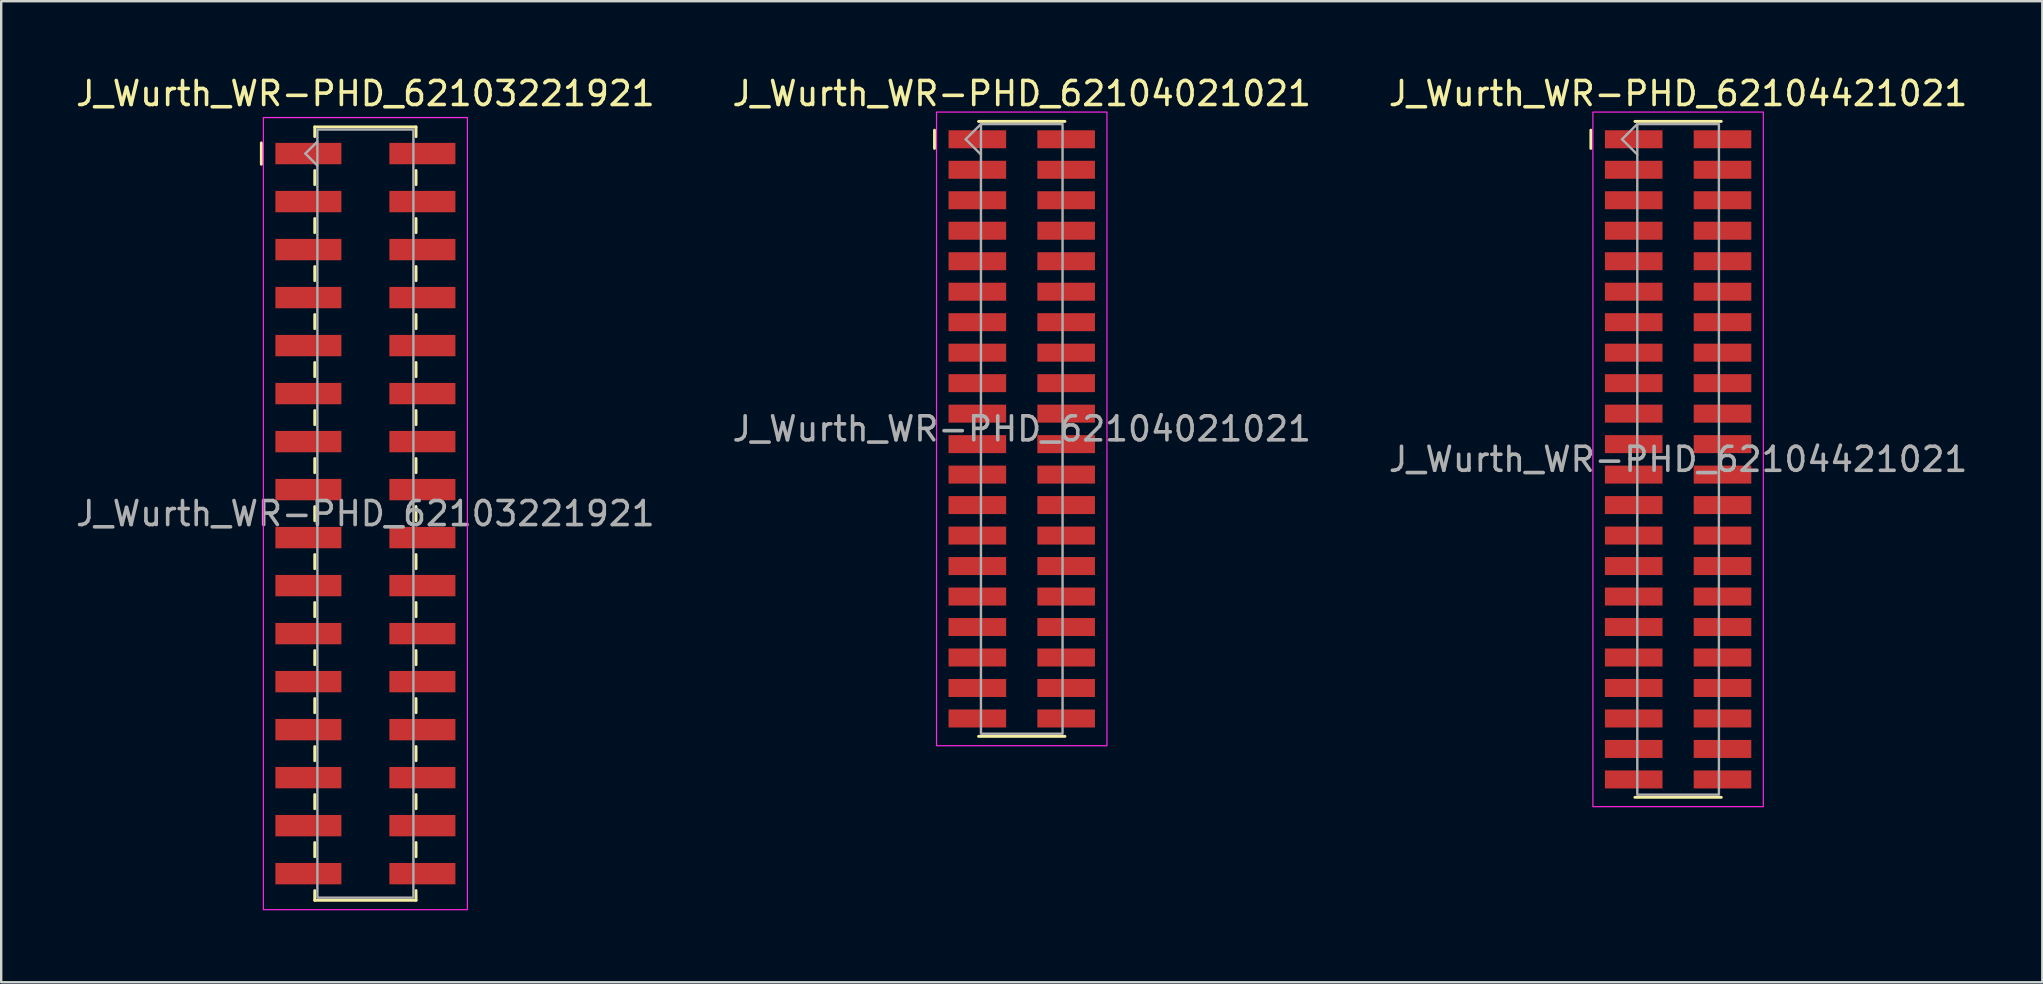
<source format=kicad_pcb>
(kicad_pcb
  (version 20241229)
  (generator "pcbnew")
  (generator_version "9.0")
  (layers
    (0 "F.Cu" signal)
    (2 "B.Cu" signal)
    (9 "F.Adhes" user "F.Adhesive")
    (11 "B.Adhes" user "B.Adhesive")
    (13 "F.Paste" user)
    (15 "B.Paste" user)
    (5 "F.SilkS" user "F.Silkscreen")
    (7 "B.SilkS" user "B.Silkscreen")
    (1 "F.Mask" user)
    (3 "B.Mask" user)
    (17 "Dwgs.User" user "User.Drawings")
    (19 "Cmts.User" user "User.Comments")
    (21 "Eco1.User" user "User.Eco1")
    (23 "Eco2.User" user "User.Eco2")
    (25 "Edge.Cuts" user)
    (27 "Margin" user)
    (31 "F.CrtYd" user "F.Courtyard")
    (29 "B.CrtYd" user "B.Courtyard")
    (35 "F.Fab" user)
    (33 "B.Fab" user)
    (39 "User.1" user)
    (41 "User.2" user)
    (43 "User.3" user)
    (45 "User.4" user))
  (footprint "J_Wurth_WR-PHD_62104421021"
    (layer "F.Cu")
    (at 66.863 16.088)
    (property "Reference" "J_Wurth_WR-PHD_62104421021" (at 0 -15.24 0) (unlocked yes) (layer "F.SilkS") (effects (font (size 1 1) (thickness 0.15))))
    (attr smd)
    (fp_line (start -3.635 -13.715) (end -3.635 -12.955) (stroke (width 0.12) (type solid)) (layer "F.SilkS"))
    (fp_line (start 1.8 -14.08) (end -1.8 -14.08) (stroke (width 0.12) (type solid)) (layer "F.SilkS"))
    (fp_line (start 1.8 14.08) (end -1.8 14.08) (stroke (width 0.12) (type solid)) (layer "F.SilkS"))
    (fp_rect (start -3.55 -14.47) (end 3.55 14.47) (stroke (width 0.05) (type solid)) (fill no) (layer "F.CrtYd"))
    (fp_line (start -2.335 -13.335) (end -1.7 -12.7) (stroke (width 0.1) (type default)) (layer "F.Fab"))
    (fp_line (start -1.7 -13.97) (end -2.335 -13.335) (stroke (width 0.1) (type default)) (layer "F.Fab"))
    (fp_rect (start -1.7 -13.97) (end 1.7 13.97) (stroke (width 0.1) (type solid)) (fill no) (layer "F.Fab"))
    (fp_text user "${REFERENCE}" (at 0 0 0) (unlocked yes) (layer "F.Fab") (effects (font (size 1 1) (thickness 0.15))))
    (pad "1" smd rect (at -1.85 -13.335 270) (size 0.75 2.4) (layers "F.Cu" "F.Mask" "F.Paste"))
    (pad "2" smd rect (at 1.85 -13.335 270) (size 0.75 2.4) (layers "F.Cu" "F.Mask" "F.Paste"))
    (pad "3" smd rect (at -1.85 -12.065 270) (size 0.75 2.4) (layers "F.Cu" "F.Mask" "F.Paste"))
    (pad "4" smd rect (at 1.85 -12.065 270) (size 0.75 2.4) (layers "F.Cu" "F.Mask" "F.Paste"))
    (pad "5" smd rect (at -1.85 -10.795 270) (size 0.75 2.4) (layers "F.Cu" "F.Mask" "F.Paste"))
    (pad "6" smd rect (at 1.85 -10.795 270) (size 0.75 2.4) (layers "F.Cu" "F.Mask" "F.Paste"))
    (pad "7" smd rect (at -1.85 -9.525 270) (size 0.75 2.4) (layers "F.Cu" "F.Mask" "F.Paste"))
    (pad "8" smd rect (at 1.85 -9.525 270) (size 0.75 2.4) (layers "F.Cu" "F.Mask" "F.Paste"))
    (pad "9" smd rect (at -1.85 -8.255 270) (size 0.75 2.4) (layers "F.Cu" "F.Mask" "F.Paste"))
    (pad "10" smd rect (at 1.85 -8.255 270) (size 0.75 2.4) (layers "F.Cu" "F.Mask" "F.Paste"))
    (pad "11" smd rect (at -1.85 -6.985 270) (size 0.75 2.4) (layers "F.Cu" "F.Mask" "F.Paste"))
    (pad "12" smd rect (at 1.85 -6.985 270) (size 0.75 2.4) (layers "F.Cu" "F.Mask" "F.Paste"))
    (pad "13" smd rect (at -1.85 -5.715 270) (size 0.75 2.4) (layers "F.Cu" "F.Mask" "F.Paste"))
    (pad "14" smd rect (at 1.85 -5.715 270) (size 0.75 2.4) (layers "F.Cu" "F.Mask" "F.Paste"))
    (pad "15" smd rect (at -1.85 -4.445 270) (size 0.75 2.4) (layers "F.Cu" "F.Mask" "F.Paste"))
    (pad "16" smd rect (at 1.85 -4.445 270) (size 0.75 2.4) (layers "F.Cu" "F.Mask" "F.Paste"))
    (pad "17" smd rect (at -1.85 -3.175 270) (size 0.75 2.4) (layers "F.Cu" "F.Mask" "F.Paste"))
    (pad "18" smd rect (at 1.85 -3.175 270) (size 0.75 2.4) (layers "F.Cu" "F.Mask" "F.Paste"))
    (pad "19" smd rect (at -1.85 -1.905 270) (size 0.75 2.4) (layers "F.Cu" "F.Mask" "F.Paste"))
    (pad "20" smd rect (at 1.85 -1.905 270) (size 0.75 2.4) (layers "F.Cu" "F.Mask" "F.Paste"))
    (pad "21" smd rect (at -1.85 -0.635 270) (size 0.75 2.4) (layers "F.Cu" "F.Mask" "F.Paste"))
    (pad "22" smd rect (at 1.85 -0.635 270) (size 0.75 2.4) (layers "F.Cu" "F.Mask" "F.Paste"))
    (pad "23" smd rect (at -1.85 0.635 270) (size 0.75 2.4) (layers "F.Cu" "F.Mask" "F.Paste"))
    (pad "24" smd rect (at 1.85 0.635 270) (size 0.75 2.4) (layers "F.Cu" "F.Mask" "F.Paste"))
    (pad "25" smd rect (at -1.85 1.905 270) (size 0.75 2.4) (layers "F.Cu" "F.Mask" "F.Paste"))
    (pad "26" smd rect (at 1.85 1.905 270) (size 0.75 2.4) (layers "F.Cu" "F.Mask" "F.Paste"))
    (pad "27" smd rect (at -1.85 3.175 270) (size 0.75 2.4) (layers "F.Cu" "F.Mask" "F.Paste"))
    (pad "28" smd rect (at 1.85 3.175 270) (size 0.75 2.4) (layers "F.Cu" "F.Mask" "F.Paste"))
    (pad "29" smd rect (at -1.85 4.445 270) (size 0.75 2.4) (layers "F.Cu" "F.Mask" "F.Paste"))
    (pad "30" smd rect (at 1.85 4.445 270) (size 0.75 2.4) (layers "F.Cu" "F.Mask" "F.Paste"))
    (pad "31" smd rect (at -1.85 5.715 270) (size 0.75 2.4) (layers "F.Cu" "F.Mask" "F.Paste"))
    (pad "32" smd rect (at 1.85 5.715 270) (size 0.75 2.4) (layers "F.Cu" "F.Mask" "F.Paste"))
    (pad "33" smd rect (at -1.85 6.985 270) (size 0.75 2.4) (layers "F.Cu" "F.Mask" "F.Paste"))
    (pad "34" smd rect (at 1.85 6.985 270) (size 0.75 2.4) (layers "F.Cu" "F.Mask" "F.Paste"))
    (pad "35" smd rect (at -1.85 8.255 270) (size 0.75 2.4) (layers "F.Cu" "F.Mask" "F.Paste"))
    (pad "36" smd rect (at 1.85 8.255 270) (size 0.75 2.4) (layers "F.Cu" "F.Mask" "F.Paste"))
    (pad "37" smd rect (at -1.85 9.525 270) (size 0.75 2.4) (layers "F.Cu" "F.Mask" "F.Paste"))
    (pad "38" smd rect (at 1.85 9.525 270) (size 0.75 2.4) (layers "F.Cu" "F.Mask" "F.Paste"))
    (pad "39" smd rect (at -1.85 10.795 270) (size 0.75 2.4) (layers "F.Cu" "F.Mask" "F.Paste"))
    (pad "40" smd rect (at 1.85 10.795 270) (size 0.75 2.4) (layers "F.Cu" "F.Mask" "F.Paste"))
    (pad "41" smd rect (at -1.85 12.065 270) (size 0.75 2.4) (layers "F.Cu" "F.Mask" "F.Paste"))
    (pad "42" smd rect (at 1.85 12.065 270) (size 0.75 2.4) (layers "F.Cu" "F.Mask" "F.Paste"))
    (pad "43" smd rect (at -1.85 13.335 270) (size 0.75 2.4) (layers "F.Cu" "F.Mask" "F.Paste"))
    (pad "44" smd rect (at 1.85 13.335 270) (size 0.75 2.4) (layers "F.Cu" "F.Mask" "F.Paste")))
  (footprint "J_Wurth_WR-PHD_62103221921"
    (layer "F.Cu")
    (at 12.173 18.348)
    (property "Reference" "J_Wurth_WR-PHD_62103221921" (at 0 -17.5 0) (unlocked yes) (layer "F.SilkS") (effects (font (size 1 1) (thickness 0.15))))
    (attr smd)
    (fp_line (start -4.335 -15.445) (end -4.335 -14.555) (stroke (width 0.12) (type solid)) (layer "F.SilkS"))
    (fp_line (start -2.11 -16.11) (end -2.11 -15.705) (stroke (width 0.12) (type solid)) (layer "F.SilkS"))
    (fp_line (start -2.11 -14.295) (end -2.11 -13.705) (stroke (width 0.12) (type solid)) (layer "F.SilkS"))
    (fp_line (start -2.11 -12.295) (end -2.11 -11.705) (stroke (width 0.12) (type solid)) (layer "F.SilkS"))
    (fp_line (start -2.11 -10.295) (end -2.11 -9.705) (stroke (width 0.12) (type solid)) (layer "F.SilkS"))
    (fp_line (start -2.11 -8.295) (end -2.11 -7.705) (stroke (width 0.12) (type solid)) (layer "F.SilkS"))
    (fp_line (start -2.11 -6.295) (end -2.11 -5.705) (stroke (width 0.12) (type solid)) (layer "F.SilkS"))
    (fp_line (start -2.11 -4.295) (end -2.11 -3.705) (stroke (width 0.12) (type solid)) (layer "F.SilkS"))
    (fp_line (start -2.11 -2.295) (end -2.11 -1.705) (stroke (width 0.12) (type solid)) (layer "F.SilkS"))
    (fp_line (start -2.11 -0.295) (end -2.11 0.295) (stroke (width 0.12) (type solid)) (layer "F.SilkS"))
    (fp_line (start -2.11 1.705) (end -2.11 2.295) (stroke (width 0.12) (type solid)) (layer "F.SilkS"))
    (fp_line (start -2.11 3.705) (end -2.11 4.295) (stroke (width 0.12) (type solid)) (layer "F.SilkS"))
    (fp_line (start -2.11 5.705) (end -2.11 6.295) (stroke (width 0.12) (type solid)) (layer "F.SilkS"))
    (fp_line (start -2.11 7.705) (end -2.11 8.295) (stroke (width 0.12) (type solid)) (layer "F.SilkS"))
    (fp_line (start -2.11 9.705) (end -2.11 10.295) (stroke (width 0.12) (type solid)) (layer "F.SilkS"))
    (fp_line (start -2.11 11.705) (end -2.11 12.295) (stroke (width 0.12) (type solid)) (layer "F.SilkS"))
    (fp_line (start -2.11 13.705) (end -2.11 14.295) (stroke (width 0.12) (type solid)) (layer "F.SilkS"))
    (fp_line (start -2.11 15.705) (end -2.11 16.11) (stroke (width 0.12) (type solid)) (layer "F.SilkS"))
    (fp_line (start 2.11 -16.11) (end -2.11 -16.11) (stroke (width 0.12) (type solid)) (layer "F.SilkS"))
    (fp_line (start 2.11 -16.11) (end 2.11 -15.705) (stroke (width 0.12) (type solid)) (layer "F.SilkS"))
    (fp_line (start 2.11 -14.295) (end 2.11 -13.705) (stroke (width 0.12) (type solid)) (layer "F.SilkS"))
    (fp_line (start 2.11 -12.295) (end 2.11 -11.705) (stroke (width 0.12) (type solid)) (layer "F.SilkS"))
    (fp_line (start 2.11 -10.295) (end 2.11 -9.705) (stroke (width 0.12) (type solid)) (layer "F.SilkS"))
    (fp_line (start 2.11 -8.295) (end 2.11 -7.705) (stroke (width 0.12) (type solid)) (layer "F.SilkS"))
    (fp_line (start 2.11 -6.295) (end 2.11 -5.705) (stroke (width 0.12) (type solid)) (layer "F.SilkS"))
    (fp_line (start 2.11 -4.295) (end 2.11 -3.705) (stroke (width 0.12) (type solid)) (layer "F.SilkS"))
    (fp_line (start 2.11 -2.295) (end 2.11 -1.705) (stroke (width 0.12) (type solid)) (layer "F.SilkS"))
    (fp_line (start 2.11 -0.295) (end 2.11 0.295) (stroke (width 0.12) (type solid)) (layer "F.SilkS"))
    (fp_line (start 2.11 1.705) (end 2.11 2.295) (stroke (width 0.12) (type solid)) (layer "F.SilkS"))
    (fp_line (start 2.11 3.705) (end 2.11 4.295) (stroke (width 0.12) (type solid)) (layer "F.SilkS"))
    (fp_line (start 2.11 5.705) (end 2.11 6.295) (stroke (width 0.12) (type solid)) (layer "F.SilkS"))
    (fp_line (start 2.11 7.705) (end 2.11 8.295) (stroke (width 0.12) (type solid)) (layer "F.SilkS"))
    (fp_line (start 2.11 9.705) (end 2.11 10.295) (stroke (width 0.12) (type solid)) (layer "F.SilkS"))
    (fp_line (start 2.11 11.705) (end 2.11 12.295) (stroke (width 0.12) (type solid)) (layer "F.SilkS"))
    (fp_line (start 2.11 13.705) (end 2.11 14.295) (stroke (width 0.12) (type solid)) (layer "F.SilkS"))
    (fp_line (start 2.11 15.705) (end 2.11 16.11) (stroke (width 0.12) (type solid)) (layer "F.SilkS"))
    (fp_line (start 2.11 16.11) (end -2.11 16.11) (stroke (width 0.12) (type solid)) (layer "F.SilkS"))
    (fp_rect (start -4.25 -16.5) (end 4.25 16.5) (stroke (width 0.05) (type solid)) (fill no) (layer "F.CrtYd"))
    (fp_line (start -2.5 -15) (end -2 -14.5) (stroke (width 0.1) (type default)) (layer "F.Fab"))
    (fp_line (start -2 -15.5) (end -2.5 -15) (stroke (width 0.1) (type default)) (layer "F.Fab"))
    (fp_rect (start -2 -16) (end 2 16) (stroke (width 0.1) (type solid)) (fill no) (layer "F.Fab"))
    (fp_text user "${REFERENCE}" (at 0 0 0) (unlocked yes) (layer "F.Fab") (effects (font (size 1 1) (thickness 0.15))))
    (pad "1" smd rect (at -2.375 -15 270) (size 0.89 2.75) (layers "F.Cu" "F.Mask" "F.Paste"))
    (pad "2" smd rect (at 2.375 -15 270) (size 0.89 2.75) (layers "F.Cu" "F.Mask" "F.Paste"))
    (pad "3" smd rect (at -2.375 -13 270) (size 0.89 2.75) (layers "F.Cu" "F.Mask" "F.Paste"))
    (pad "4" smd rect (at 2.375 -13 270) (size 0.89 2.75) (layers "F.Cu" "F.Mask" "F.Paste"))
    (pad "5" smd rect (at -2.375 -11 270) (size 0.89 2.75) (layers "F.Cu" "F.Mask" "F.Paste"))
    (pad "6" smd rect (at 2.375 -11 270) (size 0.89 2.75) (layers "F.Cu" "F.Mask" "F.Paste"))
    (pad "7" smd rect (at -2.375 -9 270) (size 0.89 2.75) (layers "F.Cu" "F.Mask" "F.Paste"))
    (pad "8" smd rect (at 2.375 -9 270) (size 0.89 2.75) (layers "F.Cu" "F.Mask" "F.Paste"))
    (pad "9" smd rect (at -2.375 -7 270) (size 0.89 2.75) (layers "F.Cu" "F.Mask" "F.Paste"))
    (pad "10" smd rect (at 2.375 -7 270) (size 0.89 2.75) (layers "F.Cu" "F.Mask" "F.Paste"))
    (pad "11" smd rect (at -2.375 -5 270) (size 0.89 2.75) (layers "F.Cu" "F.Mask" "F.Paste"))
    (pad "12" smd rect (at 2.375 -5 270) (size 0.89 2.75) (layers "F.Cu" "F.Mask" "F.Paste"))
    (pad "13" smd rect (at -2.375 -3 270) (size 0.89 2.75) (layers "F.Cu" "F.Mask" "F.Paste"))
    (pad "14" smd rect (at 2.375 -3 270) (size 0.89 2.75) (layers "F.Cu" "F.Mask" "F.Paste"))
    (pad "15" smd rect (at -2.375 -1 270) (size 0.89 2.75) (layers "F.Cu" "F.Mask" "F.Paste"))
    (pad "16" smd rect (at 2.375 -1 270) (size 0.89 2.75) (layers "F.Cu" "F.Mask" "F.Paste"))
    (pad "17" smd rect (at -2.375 1 270) (size 0.89 2.75) (layers "F.Cu" "F.Mask" "F.Paste"))
    (pad "18" smd rect (at 2.375 1 270) (size 0.89 2.75) (layers "F.Cu" "F.Mask" "F.Paste"))
    (pad "19" smd rect (at -2.375 3 270) (size 0.89 2.75) (layers "F.Cu" "F.Mask" "F.Paste"))
    (pad "20" smd rect (at 2.375 3 270) (size 0.89 2.75) (layers "F.Cu" "F.Mask" "F.Paste"))
    (pad "21" smd rect (at -2.375 5 270) (size 0.89 2.75) (layers "F.Cu" "F.Mask" "F.Paste"))
    (pad "22" smd rect (at 2.375 5 270) (size 0.89 2.75) (layers "F.Cu" "F.Mask" "F.Paste"))
    (pad "23" smd rect (at -2.375 7 270) (size 0.89 2.75) (layers "F.Cu" "F.Mask" "F.Paste"))
    (pad "24" smd rect (at 2.375 7 270) (size 0.89 2.75) (layers "F.Cu" "F.Mask" "F.Paste"))
    (pad "25" smd rect (at -2.375 9 270) (size 0.89 2.75) (layers "F.Cu" "F.Mask" "F.Paste"))
    (pad "26" smd rect (at 2.375 9 270) (size 0.89 2.75) (layers "F.Cu" "F.Mask" "F.Paste"))
    (pad "27" smd rect (at -2.375 11 270) (size 0.89 2.75) (layers "F.Cu" "F.Mask" "F.Paste"))
    (pad "28" smd rect (at 2.375 11 270) (size 0.89 2.75) (layers "F.Cu" "F.Mask" "F.Paste"))
    (pad "29" smd rect (at -2.375 13 270) (size 0.89 2.75) (layers "F.Cu" "F.Mask" "F.Paste"))
    (pad "30" smd rect (at 2.375 13 270) (size 0.89 2.75) (layers "F.Cu" "F.Mask" "F.Paste"))
    (pad "31" smd rect (at -2.375 15 270) (size 0.89 2.75) (layers "F.Cu" "F.Mask" "F.Paste"))
    (pad "32" smd rect (at 2.375 15 270) (size 0.89 2.75) (layers "F.Cu" "F.Mask" "F.Paste")))
  (footprint "J_Wurth_WR-PHD_62104021021"
    (layer "F.Cu")
    (at 39.518 14.818)
    (property "Reference" "J_Wurth_WR-PHD_62104021021" (at 0 -13.97 0) (unlocked yes) (layer "F.SilkS") (effects (font (size 1 1) (thickness 0.15))))
    (attr smd)
    (fp_line (start -3.635 -12.445) (end -3.635 -11.685) (stroke (width 0.12) (type solid)) (layer "F.SilkS"))
    (fp_line (start 1.8 -12.81) (end -1.8 -12.81) (stroke (width 0.12) (type solid)) (layer "F.SilkS"))
    (fp_line (start 1.8 12.81) (end -1.8 12.81) (stroke (width 0.12) (type solid)) (layer "F.SilkS"))
    (fp_rect (start -3.55 -13.2) (end 3.55 13.2) (stroke (width 0.05) (type solid)) (fill no) (layer "F.CrtYd"))
    (fp_line (start -2.335 -12.065) (end -1.7 -11.43) (stroke (width 0.1) (type default)) (layer "F.Fab"))
    (fp_line (start -1.7 -12.7) (end -2.335 -12.065) (stroke (width 0.1) (type default)) (layer "F.Fab"))
    (fp_rect (start -1.7 -12.7) (end 1.7 12.7) (stroke (width 0.1) (type solid)) (fill no) (layer "F.Fab"))
    (fp_text user "${REFERENCE}" (at 0 0 0) (unlocked yes) (layer "F.Fab") (effects (font (size 1 1) (thickness 0.15))))
    (pad "1" smd rect (at -1.85 -12.065 270) (size 0.75 2.4) (layers "F.Cu" "F.Mask" "F.Paste"))
    (pad "2" smd rect (at 1.85 -12.065 270) (size 0.75 2.4) (layers "F.Cu" "F.Mask" "F.Paste"))
    (pad "3" smd rect (at -1.85 -10.795 270) (size 0.75 2.4) (layers "F.Cu" "F.Mask" "F.Paste"))
    (pad "4" smd rect (at 1.85 -10.795 270) (size 0.75 2.4) (layers "F.Cu" "F.Mask" "F.Paste"))
    (pad "5" smd rect (at -1.85 -9.525 270) (size 0.75 2.4) (layers "F.Cu" "F.Mask" "F.Paste"))
    (pad "6" smd rect (at 1.85 -9.525 270) (size 0.75 2.4) (layers "F.Cu" "F.Mask" "F.Paste"))
    (pad "7" smd rect (at -1.85 -8.255 270) (size 0.75 2.4) (layers "F.Cu" "F.Mask" "F.Paste"))
    (pad "8" smd rect (at 1.85 -8.255 270) (size 0.75 2.4) (layers "F.Cu" "F.Mask" "F.Paste"))
    (pad "9" smd rect (at -1.85 -6.985 270) (size 0.75 2.4) (layers "F.Cu" "F.Mask" "F.Paste"))
    (pad "10" smd rect (at 1.85 -6.985 270) (size 0.75 2.4) (layers "F.Cu" "F.Mask" "F.Paste"))
    (pad "11" smd rect (at -1.85 -5.715 270) (size 0.75 2.4) (layers "F.Cu" "F.Mask" "F.Paste"))
    (pad "12" smd rect (at 1.85 -5.715 270) (size 0.75 2.4) (layers "F.Cu" "F.Mask" "F.Paste"))
    (pad "13" smd rect (at -1.85 -4.445 270) (size 0.75 2.4) (layers "F.Cu" "F.Mask" "F.Paste"))
    (pad "14" smd rect (at 1.85 -4.445 270) (size 0.75 2.4) (layers "F.Cu" "F.Mask" "F.Paste"))
    (pad "15" smd rect (at -1.85 -3.175 270) (size 0.75 2.4) (layers "F.Cu" "F.Mask" "F.Paste"))
    (pad "16" smd rect (at 1.85 -3.175 270) (size 0.75 2.4) (layers "F.Cu" "F.Mask" "F.Paste"))
    (pad "17" smd rect (at -1.85 -1.905 270) (size 0.75 2.4) (layers "F.Cu" "F.Mask" "F.Paste"))
    (pad "18" smd rect (at 1.85 -1.905 270) (size 0.75 2.4) (layers "F.Cu" "F.Mask" "F.Paste"))
    (pad "19" smd rect (at -1.85 -0.635 270) (size 0.75 2.4) (layers "F.Cu" "F.Mask" "F.Paste"))
    (pad "20" smd rect (at 1.85 -0.635 270) (size 0.75 2.4) (layers "F.Cu" "F.Mask" "F.Paste"))
    (pad "21" smd rect (at -1.85 0.635 270) (size 0.75 2.4) (layers "F.Cu" "F.Mask" "F.Paste"))
    (pad "22" smd rect (at 1.85 0.635 270) (size 0.75 2.4) (layers "F.Cu" "F.Mask" "F.Paste"))
    (pad "23" smd rect (at -1.85 1.905 270) (size 0.75 2.4) (layers "F.Cu" "F.Mask" "F.Paste"))
    (pad "24" smd rect (at 1.85 1.905 270) (size 0.75 2.4) (layers "F.Cu" "F.Mask" "F.Paste"))
    (pad "25" smd rect (at -1.85 3.175 270) (size 0.75 2.4) (layers "F.Cu" "F.Mask" "F.Paste"))
    (pad "26" smd rect (at 1.85 3.175 270) (size 0.75 2.4) (layers "F.Cu" "F.Mask" "F.Paste"))
    (pad "27" smd rect (at -1.85 4.445 270) (size 0.75 2.4) (layers "F.Cu" "F.Mask" "F.Paste"))
    (pad "28" smd rect (at 1.85 4.445 270) (size 0.75 2.4) (layers "F.Cu" "F.Mask" "F.Paste"))
    (pad "29" smd rect (at -1.85 5.715 270) (size 0.75 2.4) (layers "F.Cu" "F.Mask" "F.Paste"))
    (pad "30" smd rect (at 1.85 5.715 270) (size 0.75 2.4) (layers "F.Cu" "F.Mask" "F.Paste"))
    (pad "31" smd rect (at -1.85 6.985 270) (size 0.75 2.4) (layers "F.Cu" "F.Mask" "F.Paste"))
    (pad "32" smd rect (at 1.85 6.985 270) (size 0.75 2.4) (layers "F.Cu" "F.Mask" "F.Paste"))
    (pad "33" smd rect (at -1.85 8.255 270) (size 0.75 2.4) (layers "F.Cu" "F.Mask" "F.Paste"))
    (pad "34" smd rect (at 1.85 8.255 270) (size 0.75 2.4) (layers "F.Cu" "F.Mask" "F.Paste"))
    (pad "35" smd rect (at -1.85 9.525 270) (size 0.75 2.4) (layers "F.Cu" "F.Mask" "F.Paste"))
    (pad "36" smd rect (at 1.85 9.525 270) (size 0.75 2.4) (layers "F.Cu" "F.Mask" "F.Paste"))
    (pad "37" smd rect (at -1.85 10.795 270) (size 0.75 2.4) (layers "F.Cu" "F.Mask" "F.Paste"))
    (pad "38" smd rect (at 1.85 10.795 270) (size 0.75 2.4) (layers "F.Cu" "F.Mask" "F.Paste"))
    (pad "39" smd rect (at -1.85 12.065 270) (size 0.75 2.4) (layers "F.Cu" "F.Mask" "F.Paste"))
    (pad "40" smd rect (at 1.85 12.065 270) (size 0.75 2.4) (layers "F.Cu" "F.Mask" "F.Paste")))
  (gr_rect
    (start -3 -3)
    (end 82.036 37.873)
    (stroke (width 0.1) (type default))
    (fill no)
    (layer "Edge.Cuts")))
</source>
